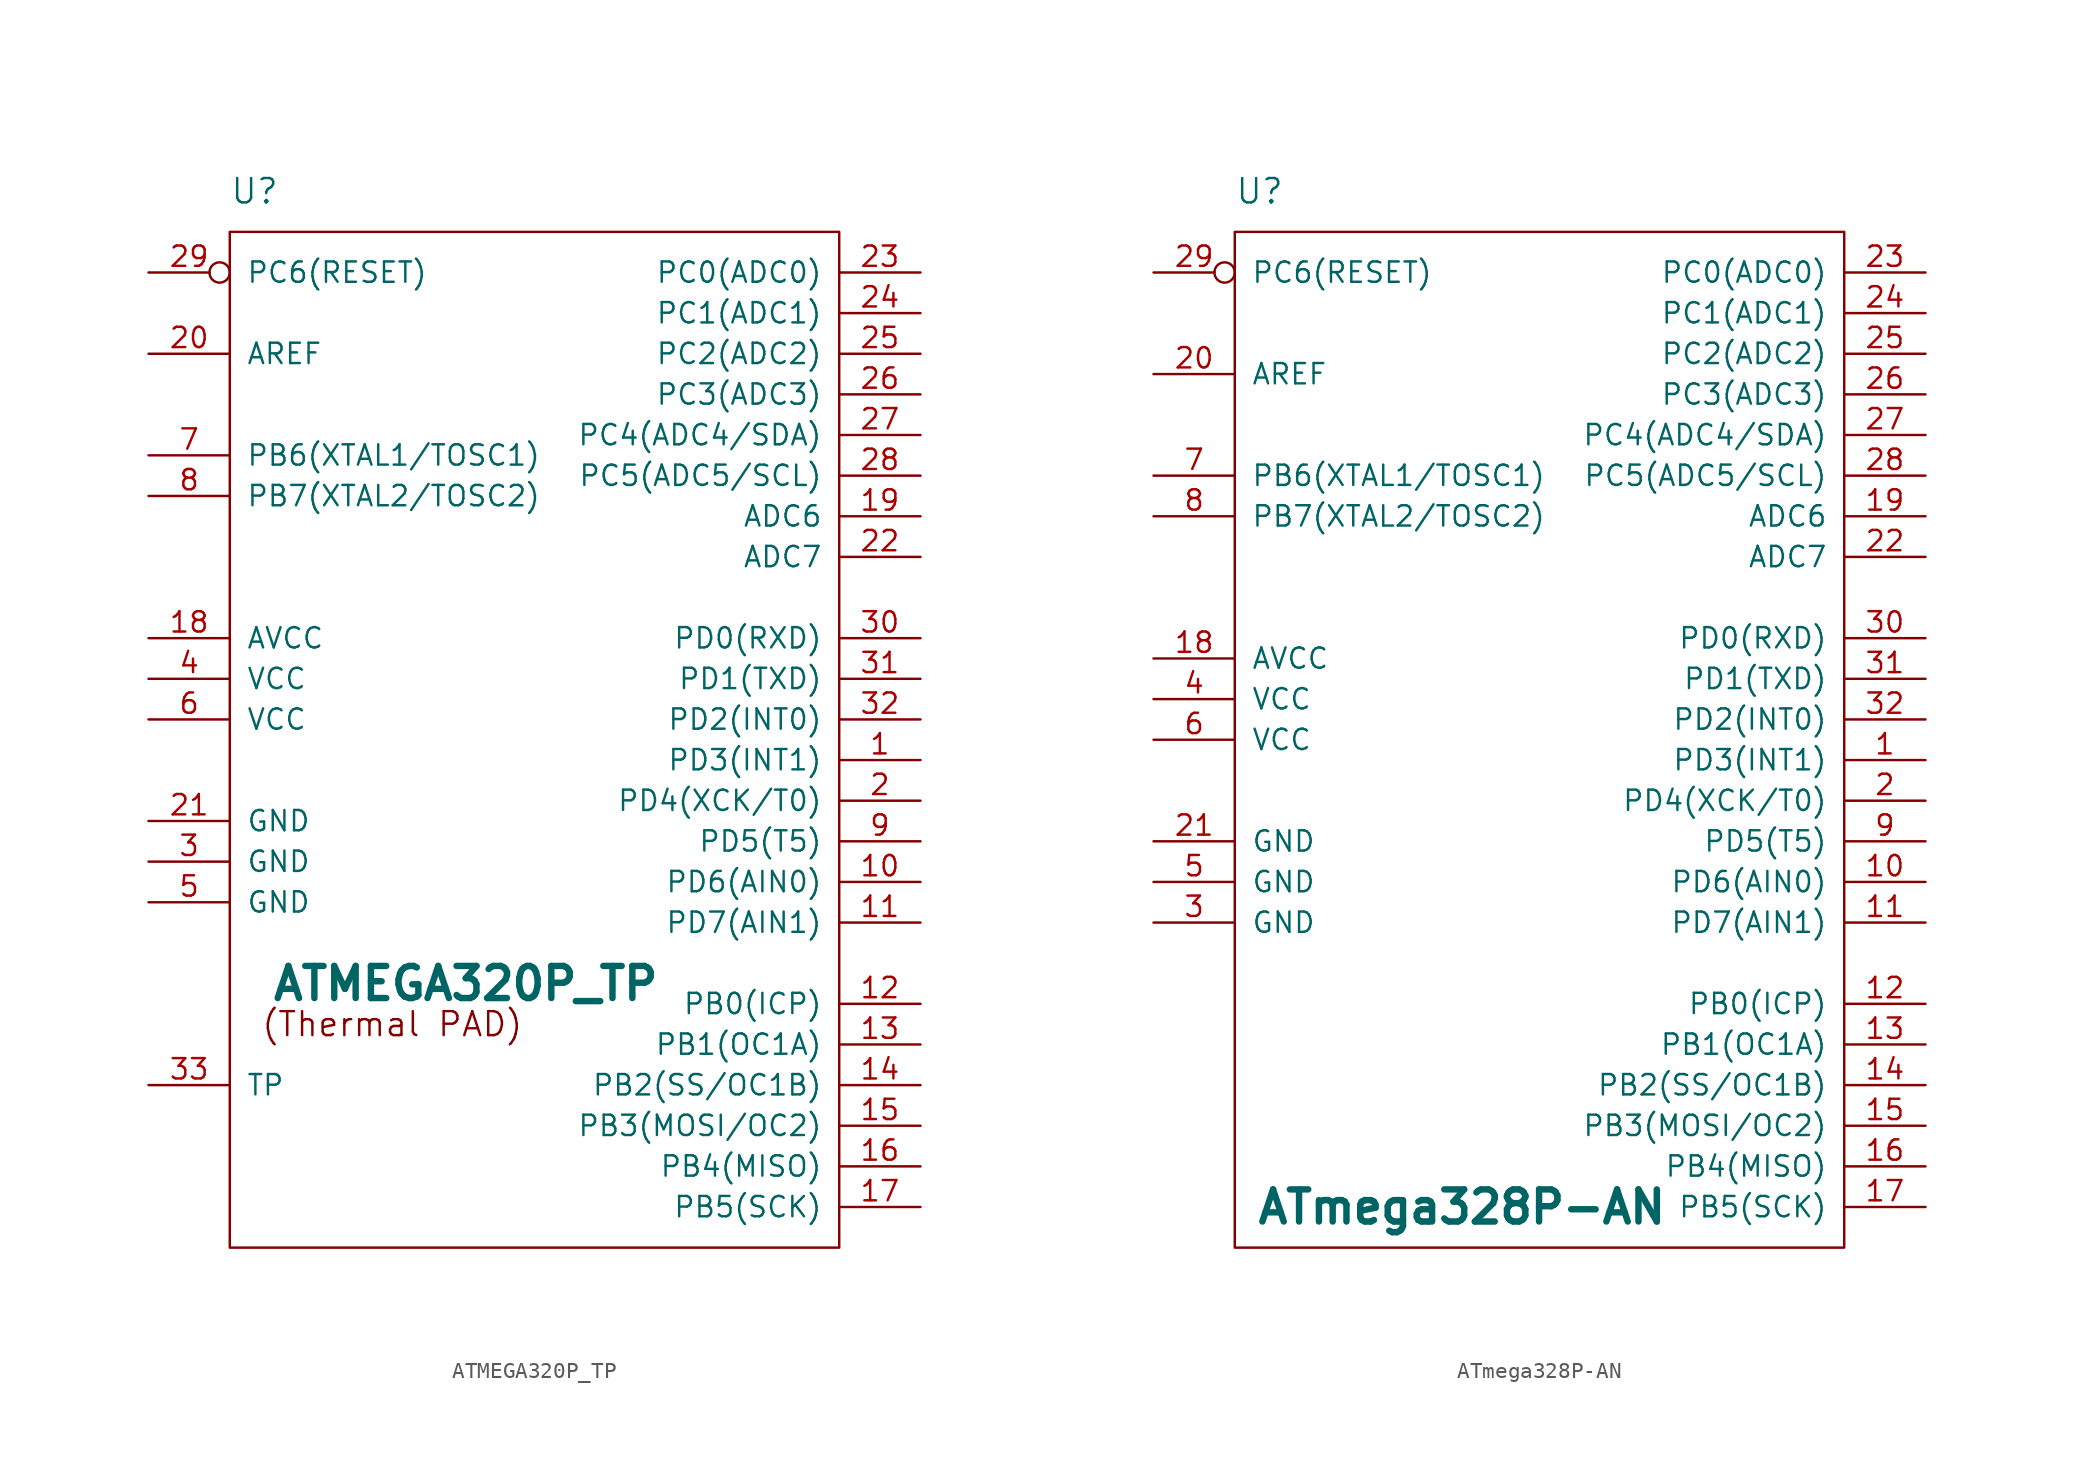
<source format=kicad_sym>
(kicad_symbol_lib
  (version 20211014)
  (generator kicad_symbol_editor)
  (symbol "ATMEGA320P_TP"
    (pin_names
      (offset 1.016))
    (property "Reference" "U"
      (at -6.35 31.75 0)
      (effects (font (size 1.524 1.524)) (justify left)))
    (property "Value" "ATMEGA320P_TP"
      (at -3.81 -17.78 0)
      (effects (font (size 2.007 2.007) bold) (justify left)))
    (property "Footprint" ""
      (at 0 0 0)
      (effects (font (size 1.524 1.524))))
    (property "Datasheet" ""
      (at 0 0 0)
      (effects (font (size 1.524 1.524))))
    (symbol "ATMEGA320P_TP_0_0"
      (text "(Thermal PAD)" (at 3.81 -20.32 0) (effects (font (size 1.499 1.499)))))
    (symbol "ATMEGA320P_TP_0_1"
      (rectangle (start -6.35 29.21) (end 31.75 -34.29) (stroke (width 0) (type default) (color 0 0 0 0)) (fill (type none))))
    (symbol "ATMEGA320P_TP_1_1"
      (pin bidirectional line (at 36.83 -3.81 180) (length 5.08) (name "PD3(INT1)" (effects (font (size 1.27 1.27)))) (number "1" (effects (font (size 1.27 1.27)))))
      (pin bidirectional line (at 36.83 -11.43 180) (length 5.08) (name "PD6(AIN0)" (effects (font (size 1.27 1.27)))) (number "10" (effects (font (size 1.27 1.27)))))
      (pin bidirectional line (at 36.83 -13.97 180) (length 5.08) (name "PD7(AIN1)" (effects (font (size 1.27 1.27)))) (number "11" (effects (font (size 1.27 1.27)))))
      (pin bidirectional line (at 36.83 -19.05 180) (length 5.08) (name "PB0(ICP)" (effects (font (size 1.27 1.27)))) (number "12" (effects (font (size 1.27 1.27)))))
      (pin bidirectional line (at 36.83 -21.59 180) (length 5.08) (name "PB1(OC1A)" (effects (font (size 1.27 1.27)))) (number "13" (effects (font (size 1.27 1.27)))))
      (pin bidirectional line (at 36.83 -24.13 180) (length 5.08) (name "PB2(SS/OC1B)" (effects (font (size 1.27 1.27)))) (number "14" (effects (font (size 1.27 1.27)))))
      (pin bidirectional line (at 36.83 -26.67 180) (length 5.08) (name "PB3(MOSI/OC2)" (effects (font (size 1.27 1.27)))) (number "15" (effects (font (size 1.27 1.27)))))
      (pin bidirectional line (at 36.83 -29.21 180) (length 5.08) (name "PB4(MISO)" (effects (font (size 1.27 1.27)))) (number "16" (effects (font (size 1.27 1.27)))))
      (pin bidirectional line (at 36.83 -31.75 180) (length 5.08) (name "PB5(SCK)" (effects (font (size 1.27 1.27)))) (number "17" (effects (font (size 1.27 1.27)))))
      (pin power_in line (at -11.43 3.81 0) (length 5.08) (name "AVCC" (effects (font (size 1.27 1.27)))) (number "18" (effects (font (size 1.27 1.27)))))
      (pin bidirectional line (at 36.83 11.43 180) (length 5.08) (name "ADC6" (effects (font (size 1.27 1.27)))) (number "19" (effects (font (size 1.27 1.27)))))
      (pin bidirectional line (at 36.83 -6.35 180) (length 5.08) (name "PD4(XCK/T0)" (effects (font (size 1.27 1.27)))) (number "2" (effects (font (size 1.27 1.27)))))
      (pin input line (at -11.43 21.59 0) (length 5.08) (name "AREF" (effects (font (size 1.27 1.27)))) (number "20" (effects (font (size 1.27 1.27)))))
      (pin power_in line (at -11.43 -7.62 0) (length 5.08) (name "GND" (effects (font (size 1.27 1.27)))) (number "21" (effects (font (size 1.27 1.27)))))
      (pin input line (at 36.83 8.89 180) (length 5.08) (name "ADC7" (effects (font (size 1.27 1.27)))) (number "22" (effects (font (size 1.27 1.27)))))
      (pin bidirectional line (at 36.83 26.67 180) (length 5.08) (name "PC0(ADC0)" (effects (font (size 1.27 1.27)))) (number "23" (effects (font (size 1.27 1.27)))))
      (pin bidirectional line (at 36.83 24.13 180) (length 5.08) (name "PC1(ADC1)" (effects (font (size 1.27 1.27)))) (number "24" (effects (font (size 1.27 1.27)))))
      (pin bidirectional line (at 36.83 21.59 180) (length 5.08) (name "PC2(ADC2)" (effects (font (size 1.27 1.27)))) (number "25" (effects (font (size 1.27 1.27)))))
      (pin bidirectional line (at 36.83 19.05 180) (length 5.08) (name "PC3(ADC3)" (effects (font (size 1.27 1.27)))) (number "26" (effects (font (size 1.27 1.27)))))
      (pin bidirectional line (at 36.83 16.51 180) (length 5.08) (name "PC4(ADC4/SDA)" (effects (font (size 1.27 1.27)))) (number "27" (effects (font (size 1.27 1.27)))))
      (pin bidirectional line (at 36.83 13.97 180) (length 5.08) (name "PC5(ADC5/SCL)" (effects (font (size 1.27 1.27)))) (number "28" (effects (font (size 1.27 1.27)))))
      (pin bidirectional inverted (at -11.43 26.67 0) (length 5.08) (name "PC6(RESET)" (effects (font (size 1.27 1.27)))) (number "29" (effects (font (size 1.27 1.27)))))
      (pin power_in line (at -11.43 -10.16 0) (length 5.08) (name "GND" (effects (font (size 1.27 1.27)))) (number "3" (effects (font (size 1.27 1.27)))))
      (pin bidirectional line (at 36.83 3.81 180) (length 5.08) (name "PD0(RXD)" (effects (font (size 1.27 1.27)))) (number "30" (effects (font (size 1.27 1.27)))))
      (pin bidirectional line (at 36.83 1.27 180) (length 5.08) (name "PD1(TXD)" (effects (font (size 1.27 1.27)))) (number "31" (effects (font (size 1.27 1.27)))))
      (pin bidirectional line (at 36.83 -1.27 180) (length 5.08) (name "PD2(INT0)" (effects (font (size 1.27 1.27)))) (number "32" (effects (font (size 1.27 1.27)))))
      (pin power_in line (at -11.43 -24.13 0) (length 5.08) (name "TP" (effects (font (size 1.27 1.27)))) (number "33" (effects (font (size 1.27 1.27)))))
      (pin power_in line (at -11.43 1.27 0) (length 5.08) (name "VCC" (effects (font (size 1.27 1.27)))) (number "4" (effects (font (size 1.27 1.27)))))
      (pin power_in line (at -11.43 -12.7 0) (length 5.08) (name "GND" (effects (font (size 1.27 1.27)))) (number "5" (effects (font (size 1.27 1.27)))))
      (pin power_in line (at -11.43 -1.27 0) (length 5.08) (name "VCC" (effects (font (size 1.27 1.27)))) (number "6" (effects (font (size 1.27 1.27)))))
      (pin bidirectional line (at -11.43 15.24 0) (length 5.08) (name "PB6(XTAL1/TOSC1)" (effects (font (size 1.27 1.27)))) (number "7" (effects (font (size 1.27 1.27)))))
      (pin bidirectional line (at -11.43 12.7 0) (length 5.08) (name "PB7(XTAL2/TOSC2)" (effects (font (size 1.27 1.27)))) (number "8" (effects (font (size 1.27 1.27)))))
      (pin bidirectional line (at 36.83 -8.89 180) (length 5.08) (name "PD5(T5)" (effects (font (size 1.27 1.27)))) (number "9" (effects (font (size 1.27 1.27)))))))
  (symbol "ATmega328P-AN"
    (pin_names
      (offset 1.016))
    (property "Reference" "U"
      (at -6.35 31.75 0)
      (effects (font (size 1.524 1.524)) (justify left)))
    (property "Value" "ATmega328P-AN"
      (at -5.08 -31.75 0)
      (effects (font (size 2.007 2.007) bold) (justify left)))
    (property "Footprint" ""
      (at 0 0 0)
      (effects (font (size 1.524 1.524))))
    (property "Datasheet" ""
      (at 0 0 0)
      (effects (font (size 1.524 1.524))))
    (symbol "ATmega328P-AN_0_1"
      (rectangle (start -6.35 29.21) (end 31.75 -34.29) (stroke (width 0) (type default) (color 0 0 0 0)) (fill (type none))))
    (symbol "ATmega328P-AN_1_1"
      (pin bidirectional line (at 36.83 -3.81 180) (length 5.08) (name "PD3(INT1)" (effects (font (size 1.27 1.27)))) (number "1" (effects (font (size 1.27 1.27)))))
      (pin bidirectional line (at 36.83 -11.43 180) (length 5.08) (name "PD6(AIN0)" (effects (font (size 1.27 1.27)))) (number "10" (effects (font (size 1.27 1.27)))))
      (pin bidirectional line (at 36.83 -13.97 180) (length 5.08) (name "PD7(AIN1)" (effects (font (size 1.27 1.27)))) (number "11" (effects (font (size 1.27 1.27)))))
      (pin bidirectional line (at 36.83 -19.05 180) (length 5.08) (name "PB0(ICP)" (effects (font (size 1.27 1.27)))) (number "12" (effects (font (size 1.27 1.27)))))
      (pin bidirectional line (at 36.83 -21.59 180) (length 5.08) (name "PB1(OC1A)" (effects (font (size 1.27 1.27)))) (number "13" (effects (font (size 1.27 1.27)))))
      (pin bidirectional line (at 36.83 -24.13 180) (length 5.08) (name "PB2(SS/OC1B)" (effects (font (size 1.27 1.27)))) (number "14" (effects (font (size 1.27 1.27)))))
      (pin bidirectional line (at 36.83 -26.67 180) (length 5.08) (name "PB3(MOSI/OC2)" (effects (font (size 1.27 1.27)))) (number "15" (effects (font (size 1.27 1.27)))))
      (pin bidirectional line (at 36.83 -29.21 180) (length 5.08) (name "PB4(MISO)" (effects (font (size 1.27 1.27)))) (number "16" (effects (font (size 1.27 1.27)))))
      (pin bidirectional line (at 36.83 -31.75 180) (length 5.08) (name "PB5(SCK)" (effects (font (size 1.27 1.27)))) (number "17" (effects (font (size 1.27 1.27)))))
      (pin power_in line (at -11.43 2.54 0) (length 5.08) (name "AVCC" (effects (font (size 1.27 1.27)))) (number "18" (effects (font (size 1.27 1.27)))))
      (pin bidirectional line (at 36.83 11.43 180) (length 5.08) (name "ADC6" (effects (font (size 1.27 1.27)))) (number "19" (effects (font (size 1.27 1.27)))))
      (pin bidirectional line (at 36.83 -6.35 180) (length 5.08) (name "PD4(XCK/T0)" (effects (font (size 1.27 1.27)))) (number "2" (effects (font (size 1.27 1.27)))))
      (pin input line (at -11.43 20.32 0) (length 5.08) (name "AREF" (effects (font (size 1.27 1.27)))) (number "20" (effects (font (size 1.27 1.27)))))
      (pin power_in line (at -11.43 -8.89 0) (length 5.08) (name "GND" (effects (font (size 1.27 1.27)))) (number "21" (effects (font (size 1.27 1.27)))))
      (pin input line (at 36.83 8.89 180) (length 5.08) (name "ADC7" (effects (font (size 1.27 1.27)))) (number "22" (effects (font (size 1.27 1.27)))))
      (pin bidirectional line (at 36.83 26.67 180) (length 5.08) (name "PC0(ADC0)" (effects (font (size 1.27 1.27)))) (number "23" (effects (font (size 1.27 1.27)))))
      (pin bidirectional line (at 36.83 24.13 180) (length 5.08) (name "PC1(ADC1)" (effects (font (size 1.27 1.27)))) (number "24" (effects (font (size 1.27 1.27)))))
      (pin bidirectional line (at 36.83 21.59 180) (length 5.08) (name "PC2(ADC2)" (effects (font (size 1.27 1.27)))) (number "25" (effects (font (size 1.27 1.27)))))
      (pin bidirectional line (at 36.83 19.05 180) (length 5.08) (name "PC3(ADC3)" (effects (font (size 1.27 1.27)))) (number "26" (effects (font (size 1.27 1.27)))))
      (pin bidirectional line (at 36.83 16.51 180) (length 5.08) (name "PC4(ADC4/SDA)" (effects (font (size 1.27 1.27)))) (number "27" (effects (font (size 1.27 1.27)))))
      (pin bidirectional line (at 36.83 13.97 180) (length 5.08) (name "PC5(ADC5/SCL)" (effects (font (size 1.27 1.27)))) (number "28" (effects (font (size 1.27 1.27)))))
      (pin bidirectional inverted (at -11.43 26.67 0) (length 5.08) (name "PC6(RESET)" (effects (font (size 1.27 1.27)))) (number "29" (effects (font (size 1.27 1.27)))))
      (pin power_in line (at -11.43 -13.97 0) (length 5.08) (name "GND" (effects (font (size 1.27 1.27)))) (number "3" (effects (font (size 1.27 1.27)))))
      (pin bidirectional line (at 36.83 3.81 180) (length 5.08) (name "PD0(RXD)" (effects (font (size 1.27 1.27)))) (number "30" (effects (font (size 1.27 1.27)))))
      (pin bidirectional line (at 36.83 1.27 180) (length 5.08) (name "PD1(TXD)" (effects (font (size 1.27 1.27)))) (number "31" (effects (font (size 1.27 1.27)))))
      (pin bidirectional line (at 36.83 -1.27 180) (length 5.08) (name "PD2(INT0)" (effects (font (size 1.27 1.27)))) (number "32" (effects (font (size 1.27 1.27)))))
      (pin power_in line (at -11.43 0 0) (length 5.08) (name "VCC" (effects (font (size 1.27 1.27)))) (number "4" (effects (font (size 1.27 1.27)))))
      (pin power_in line (at -11.43 -11.43 0) (length 5.08) (name "GND" (effects (font (size 1.27 1.27)))) (number "5" (effects (font (size 1.27 1.27)))))
      (pin power_in line (at -11.43 -2.54 0) (length 5.08) (name "VCC" (effects (font (size 1.27 1.27)))) (number "6" (effects (font (size 1.27 1.27)))))
      (pin bidirectional line (at -11.43 13.97 0) (length 5.08) (name "PB6(XTAL1/TOSC1)" (effects (font (size 1.27 1.27)))) (number "7" (effects (font (size 1.27 1.27)))))
      (pin bidirectional line (at -11.43 11.43 0) (length 5.08) (name "PB7(XTAL2/TOSC2)" (effects (font (size 1.27 1.27)))) (number "8" (effects (font (size 1.27 1.27)))))
      (pin bidirectional line (at 36.83 -8.89 180) (length 5.08) (name "PD5(T5)" (effects (font (size 1.27 1.27)))) (number "9" (effects (font (size 1.27 1.27))))))))
</source>
